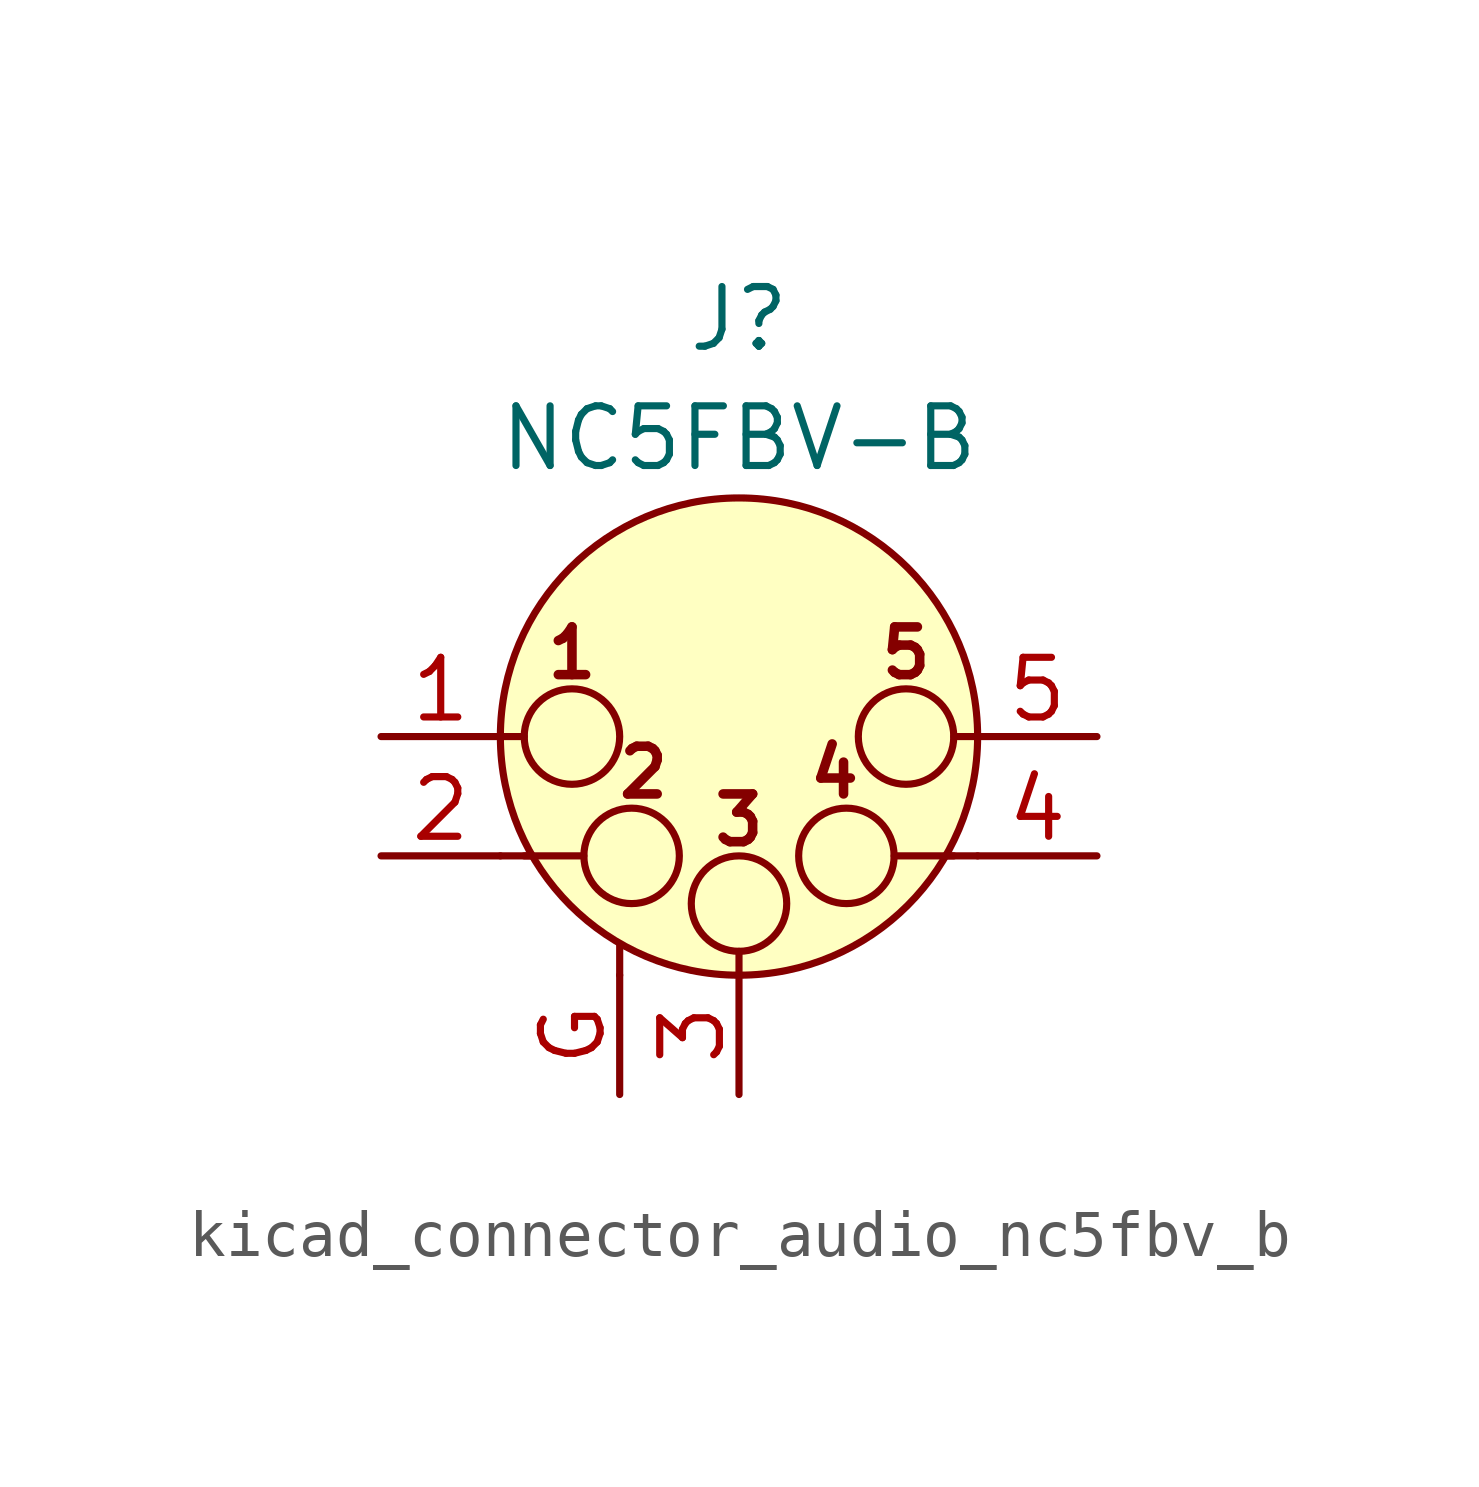
<source format=kicad_sym>
(kicad_symbol_lib
  (version 20220914)
  (generator kicad_symbol_editor)
  (symbol "kicad_connector_audio_nc5fbv_b"
    (pin_names hide)
    (property "Reference" "J"
      (at 0 8.89 0)
      (effects (font (size 1.27 1.27))))
    (property "Value" "NC5FBV-B"
      (at 0 6.35 0)
      (effects (font (size 1.27 1.27))))
    (symbol "kicad_connector_audio_nc5fbv_b_0_1"
      (circle (center -3.556 0) (radius 1.016) (stroke (width 0) (type default)) (fill (type none)))
      (circle (center -2.286 -2.54) (radius 1.016) (stroke (width 0) (type default)) (fill (type none)))
      (circle (center 0 -3.556) (radius 1.016) (stroke (width 0) (type default)) (fill (type none)))
      (polyline (pts (xy -5.08 -2.54) (xy -4.445 -2.54)) (stroke (width 0) (type default)) (fill (type none)))
      (polyline (pts (xy -5.08 0) (xy -4.572 0)) (stroke (width 0) (type default)) (fill (type none)))
      (polyline (pts (xy -4.572 -2.54) (xy -3.302 -2.54)) (stroke (width 0) (type default)) (fill (type none)))
      (polyline (pts (xy -2.54 -5.08) (xy -2.54 -4.445)) (stroke (width 0) (type default)) (fill (type none)))
      (polyline (pts (xy 0 -5.08) (xy 0 -4.572)) (stroke (width 0) (type default)) (fill (type none)))
      (polyline (pts (xy 4.572 -2.54) (xy 3.302 -2.54)) (stroke (width 0) (type default)) (fill (type none)))
      (polyline (pts (xy 5.08 -2.54) (xy 4.445 -2.54)) (stroke (width 0) (type default)) (fill (type none)))
      (polyline (pts (xy 5.08 0) (xy 4.572 0)) (stroke (width 0) (type default)) (fill (type none)))
      (circle (center 0 0) (radius 5.08) (stroke (width 0) (type default)) (fill (type background)))
      (circle (center 2.286 -2.54) (radius 1.016) (stroke (width 0) (type default)) (fill (type none)))
      (circle (center 3.556 0) (radius 1.016) (stroke (width 0) (type default)) (fill (type none)))
      (text "1" (at -3.556 1.778 0) (effects (font (size 1.016 1.016) bold)))
      (text "2" (at -2.032 -0.762 0) (effects (font (size 1.016 1.016) bold)))
      (text "3" (at 0 -1.778 0) (effects (font (size 1.016 1.016) bold)))
      (text "4" (at 2.032 -0.762 0) (effects (font (size 1.016 1.016) bold)))
      (text "5" (at 3.556 1.778 0) (effects (font (size 1.016 1.016) bold))))
    (symbol "kicad_connector_audio_nc5fbv_b_1_1"
      (pin passive line (at -7.62 0 0) (length 2.54) (name "P1" (effects (font (size 1.27 1.27)))) (number "1" (effects (font (size 1.27 1.27)))))
      (pin passive line (at -7.62 -2.54 0) (length 2.54) (name "P2" (effects (font (size 1.27 1.27)))) (number "2" (effects (font (size 1.27 1.27)))))
      (pin passive line (at 0 -7.62 90) (length 2.54) (name "P3" (effects (font (size 1.27 1.27)))) (number "3" (effects (font (size 1.27 1.27)))))
      (pin passive line (at 7.62 -2.54 180) (length 2.54) (name "P3" (effects (font (size 1.27 1.27)))) (number "4" (effects (font (size 1.27 1.27)))))
      (pin passive line (at 7.62 0 180) (length 2.54) (name "P5" (effects (font (size 1.27 1.27)))) (number "5" (effects (font (size 1.27 1.27)))))
      (pin passive line (at -2.54 -7.62 90) (length 2.54) (name "~" (effects (font (size 1.27 1.27)))) (number "G" (effects (font (size 1.27 1.27))))))))
</source>
